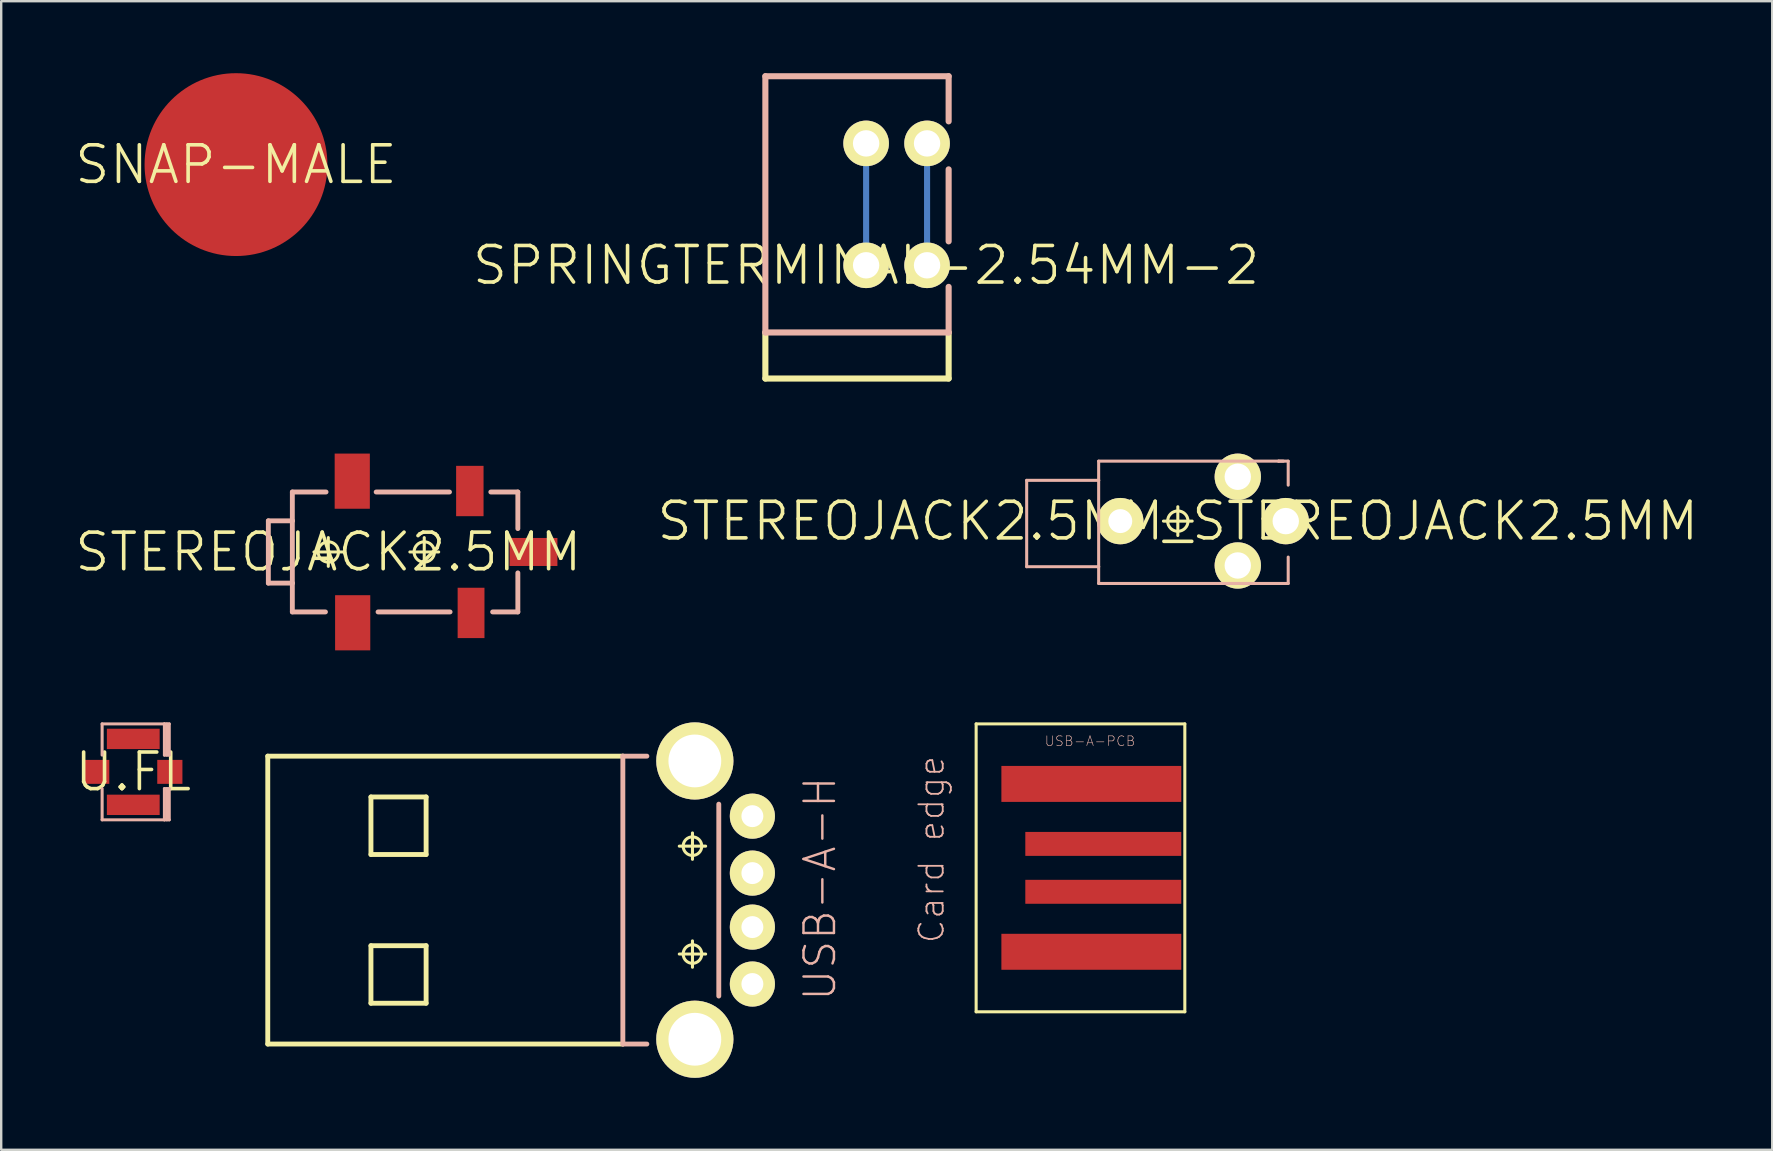
<source format=kicad_pcb>
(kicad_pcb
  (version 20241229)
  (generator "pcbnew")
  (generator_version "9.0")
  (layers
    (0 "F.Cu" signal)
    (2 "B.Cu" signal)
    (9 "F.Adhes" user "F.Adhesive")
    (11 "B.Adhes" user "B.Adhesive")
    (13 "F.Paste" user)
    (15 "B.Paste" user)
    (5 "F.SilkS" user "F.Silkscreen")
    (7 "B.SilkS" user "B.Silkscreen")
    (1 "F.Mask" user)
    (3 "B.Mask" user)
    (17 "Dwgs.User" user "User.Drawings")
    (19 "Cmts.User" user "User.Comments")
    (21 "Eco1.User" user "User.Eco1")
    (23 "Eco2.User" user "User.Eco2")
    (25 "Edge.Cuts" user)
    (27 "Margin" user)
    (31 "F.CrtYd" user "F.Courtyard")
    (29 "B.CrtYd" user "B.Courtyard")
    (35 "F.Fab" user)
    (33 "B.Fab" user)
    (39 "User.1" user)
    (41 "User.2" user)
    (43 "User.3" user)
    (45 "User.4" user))
  (footprint "USB-A-H"
    (layer "F.Cu")
    (at 25.907 34.461)
    (property "Reference" "USB-A-H" (at 5.215 -0.475 90) (layer "B.SilkS") (effects (font (size 1.27 1.27) (thickness 0.102))))
    (attr exclude_from_pos_files exclude_from_bom)
    (fp_line (start -17.798 -5.999) (end -17.798 5.999) (stroke (width 0.203) (type solid)) (layer "F.SilkS"))
    (fp_line (start -13.498 -4.298) (end -13.498 -1.9) (stroke (width 0.203) (type solid)) (layer "F.SilkS"))
    (fp_line (start -13.498 -1.9) (end -11.199 -1.9) (stroke (width 0.203) (type solid)) (layer "F.SilkS"))
    (fp_line (start -13.498 1.9) (end -13.498 4.298) (stroke (width 0.203) (type solid)) (layer "F.SilkS"))
    (fp_line (start -13.498 4.298) (end -11.199 4.298) (stroke (width 0.203) (type solid)) (layer "F.SilkS"))
    (fp_line (start -11.199 -4.298) (end -13.498 -4.298) (stroke (width 0.203) (type solid)) (layer "F.SilkS"))
    (fp_line (start -11.199 -1.9) (end -11.199 -4.298) (stroke (width 0.203) (type solid)) (layer "F.SilkS"))
    (fp_line (start -11.199 1.9) (end -13.498 1.9) (stroke (width 0.203) (type solid)) (layer "F.SilkS"))
    (fp_line (start -11.199 4.298) (end -11.199 1.9) (stroke (width 0.203) (type solid)) (layer "F.SilkS"))
    (fp_line (start -3 -5.999) (end -17.798 -5.999) (stroke (width 0.203) (type solid)) (layer "F.SilkS"))
    (fp_line (start -3 5.999) (end -17.798 5.999) (stroke (width 0.203) (type solid)) (layer "F.SilkS"))
    (fp_line (start -0.648 -2.248) (end 0.45 -2.248) (stroke (width 0.127) (type solid)) (layer "F.SilkS"))
    (fp_line (start -0.648 2.248) (end 0.45 2.248) (stroke (width 0.127) (type solid)) (layer "F.SilkS"))
    (fp_line (start -0.099 -1.699) (end -0.099 -2.799) (stroke (width 0.127) (type solid)) (layer "F.SilkS"))
    (fp_line (start -0.099 2.799) (end -0.099 1.699) (stroke (width 0.127) (type solid)) (layer "F.SilkS"))
    (fp_circle (center -0.099 -2.248) (end -0.373 -2.522) (stroke (width 0.127) (type solid)) (fill no) (layer "F.SilkS"))
    (fp_circle (center -0.099 2.248) (end -0.373 2.522) (stroke (width 0.127) (type solid)) (fill no) (layer "F.SilkS"))
    (fp_line (start -3 -5.999) (end -3 5.999) (stroke (width 0.203) (type solid)) (layer "B.SilkS"))
    (fp_line (start -3 -5.999) (end -1.999 -5.999) (stroke (width 0.203) (type solid)) (layer "B.SilkS"))
    (fp_line (start -3 5.999) (end -1.999 5.999) (stroke (width 0.203) (type solid)) (layer "B.SilkS"))
    (fp_line (start 0.998 3.998) (end 0.998 -3.998) (stroke (width 0.203) (type solid)) (layer "B.SilkS"))
    (pad "D+" thru_hole circle (at 2.398 -1.125) (size 1.88 1.88) (drill 0.914) (layers "*.Cu" "F.Mask" "F.SilkS" "F.Paste"))
    (pad "D-" thru_hole circle (at 2.398 1.125) (size 1.88 1.88) (drill 0.914) (layers "*.Cu" "F.Mask" "F.SilkS" "F.Paste"))
    (pad "GND" thru_hole circle (at 2.398 -3.498) (size 1.88 1.88) (drill 0.914) (layers "*.Cu" "F.Mask" "F.SilkS" "F.Paste"))
    (pad "GND2" thru_hole circle (at 0 5.799) (size 3.216 3.216) (drill 2.2) (layers "*.Cu" "F.Mask" "F.SilkS" "F.Paste"))
    (pad "GND3" thru_hole circle (at 0 -5.799) (size 3.216 3.216) (drill 2.2) (layers "*.Cu" "F.Mask" "F.SilkS" "F.Paste"))
    (pad "VBUS" thru_hole circle (at 2.398 3.498) (size 1.88 1.88) (drill 0.914) (layers "*.Cu" "F.Mask" "F.SilkS" "F.Paste")))
  (footprint "USB-A-PCB"
    (layer "F.Cu")
    (at 42.629 33.117)
    (property "Reference" "USB-A-PCB" (at -0.254 -5.283 0) (layer "B.SilkS") (effects (font (size 0.406 0.406) (thickness 0.025))))
    (attr smd)
    (fp_line (start -4.999 -5.999) (end 3.698 -5.999) (stroke (width 0.127) (type solid)) (layer "F.SilkS"))
    (fp_line (start -4.999 5.999) (end -4.999 -5.999) (stroke (width 0.127) (type solid)) (layer "F.SilkS"))
    (fp_line (start 3.698 -5.999) (end 3.698 5.999) (stroke (width 0.127) (type solid)) (layer "F.SilkS"))
    (fp_line (start 3.698 5.999) (end -4.999 5.999) (stroke (width 0.127) (type solid)) (layer "F.SilkS"))
    (fp_text user "Card edge" (at -6.858 -0.762 90) (layer "B.SilkS") (effects (font (size 1.016 1.016) (thickness 0.076))))
    (pad "5V" smd rect (at -0.198 3.498) (size 7.498 1.499) (layers "F.Cu" "F.Mask" "F.Paste"))
    (pad "GND" smd rect (at -0.198 -3.498) (size 7.498 1.499) (layers "F.Cu" "F.Mask" "F.Paste"))
    (pad "USB_" smd rect (at 0.3 -0.998) (size 6.5 0.998) (layers "F.Cu" "F.Mask" "F.Paste"))
    (pad "USB_" smd rect (at 0.3 0.998) (size 6.5 0.998) (layers "F.Cu" "F.Mask" "F.Paste")))
  (footprint "U.FL"
    (layer "F.Cu")
    (at 2.504 29.117)
    (property "Reference" "U.FL" (at 0 0 0) (layer "F.SilkS") (effects (font (size 1.524 1.524) (thickness 0.15))))
    (attr smd)
    (fp_line (start -1.298 -0.699) (end -1.298 -1.999) (stroke (width 0.127) (type solid)) (layer "B.SilkS"))
    (fp_line (start -1.298 1.999) (end -1.298 0.699) (stroke (width 0.127) (type solid)) (layer "B.SilkS"))
    (fp_line (start -1.298 1.999) (end 1.298 1.999) (stroke (width 0.127) (type solid)) (layer "B.SilkS"))
    (fp_line (start 1.298 -1.999) (end -1.298 -1.999) (stroke (width 0.127) (type solid)) (layer "B.SilkS"))
    (fp_line (start 1.298 -0.699) (end 1.298 -1.999) (stroke (width 0.127) (type solid)) (layer "B.SilkS"))
    (fp_line (start 1.298 1.999) (end 1.298 0.699) (stroke (width 0.127) (type solid)) (layer "B.SilkS"))
    (fp_line (start 1.4 -0.699) (end 1.4 -1.999) (stroke (width 0.127) (type solid)) (layer "B.SilkS"))
    (fp_line (start 1.4 1.999) (end 1.4 0.699) (stroke (width 0.127) (type solid)) (layer "B.SilkS"))
    (fp_line (start 1.499 -1.999) (end 1.298 -1.999) (stroke (width 0.127) (type solid)) (layer "B.SilkS"))
    (fp_line (start 1.499 -0.699) (end 1.298 -0.699) (stroke (width 0.127) (type solid)) (layer "B.SilkS"))
    (fp_line (start 1.499 -0.699) (end 1.499 -1.999) (stroke (width 0.127) (type solid)) (layer "B.SilkS"))
    (fp_line (start 1.499 0.699) (end 1.298 0.699) (stroke (width 0.127) (type solid)) (layer "B.SilkS"))
    (fp_line (start 1.499 1.999) (end 1.298 1.999) (stroke (width 0.127) (type solid)) (layer "B.SilkS"))
    (fp_line (start 1.499 1.999) (end 1.499 0.699) (stroke (width 0.127) (type solid)) (layer "B.SilkS"))
    (pad "P$1" smd rect (at 0 -1.374) (size 2.2 0.848) (layers "F.Cu" "F.Mask" "F.Paste"))
    (pad "P$2" smd rect (at 0 1.374) (size 2.2 0.848) (layers "F.Cu" "F.Mask" "F.Paste"))
    (pad "P$3" smd rect (at 1.524 0) (size 1.049 0.998) (layers "F.Cu" "F.Mask" "F.Paste"))
    (pad "P$4" smd rect (at -1.524 0) (size 1.049 0.998) (layers "F.Cu" "F.Mask" "F.Paste")))
  (footprint "STEREOJACK2.5MM"
    (layer "F.Cu")
    (at 10.632 19.953)
    (property "Reference" "STEREOJACK2.5MM" (at 0 0 0) (layer "F.SilkS") (effects (font (size 1.524 1.524) (thickness 0.15))))
    (attr smd)
    (fp_line (start -0.599 0) (end 0.599 0) (stroke (width 0.127) (type solid)) (layer "F.SilkS"))
    (fp_line (start 0 0.599) (end 0 -0.599) (stroke (width 0.127) (type solid)) (layer "F.SilkS"))
    (fp_line (start 3.399 0) (end 4.6 0) (stroke (width 0.127) (type solid)) (layer "F.SilkS"))
    (fp_line (start 3.998 0.599) (end 3.998 -0.599) (stroke (width 0.127) (type solid)) (layer "F.SilkS"))
    (fp_circle (center 0 0) (end -0.3 0.3) (stroke (width 0.127) (type solid)) (fill no) (layer "F.SilkS"))
    (fp_circle (center 3.998 0) (end 4.298 0.3) (stroke (width 0.127) (type solid)) (fill no) (layer "F.SilkS"))
    (fp_line (start -2.499 -1.298) (end -2.499 1.298) (stroke (width 0.203) (type solid)) (layer "B.SilkS"))
    (fp_line (start -2.499 -1.298) (end -1.499 -1.298) (stroke (width 0.203) (type solid)) (layer "B.SilkS"))
    (fp_line (start -2.499 1.298) (end -1.499 1.298) (stroke (width 0.203) (type solid)) (layer "B.SilkS"))
    (fp_line (start -1.499 -2.499) (end -0.094 -2.499) (stroke (width 0.203) (type solid)) (layer "B.SilkS"))
    (fp_line (start -1.499 -1.298) (end -1.499 -2.499) (stroke (width 0.203) (type solid)) (layer "B.SilkS"))
    (fp_line (start -1.499 -1.298) (end -1.499 1.298) (stroke (width 0.203) (type solid)) (layer "B.SilkS"))
    (fp_line (start -1.499 1.298) (end -1.499 2.499) (stroke (width 0.203) (type solid)) (layer "B.SilkS"))
    (fp_line (start -1.499 2.499) (end -0.119 2.499) (stroke (width 0.203) (type solid)) (layer "B.SilkS"))
    (fp_line (start 1.994 -2.499) (end 5.05 -2.499) (stroke (width 0.203) (type solid)) (layer "B.SilkS"))
    (fp_line (start 2.073 2.499) (end 5.075 2.499) (stroke (width 0.203) (type solid)) (layer "B.SilkS"))
    (fp_line (start 6.772 -2.499) (end 7.899 -2.499) (stroke (width 0.203) (type solid)) (layer "B.SilkS"))
    (fp_line (start 6.848 2.499) (end 7.899 2.499) (stroke (width 0.203) (type solid)) (layer "B.SilkS"))
    (fp_line (start 7.899 -2.499) (end 7.899 -0.973) (stroke (width 0.203) (type solid)) (layer "B.SilkS"))
    (fp_line (start 7.899 2.499) (end 7.899 0.871) (stroke (width 0.203) (type solid)) (layer "B.SilkS"))
    (pad "1" smd rect (at 5.898 -2.54 90) (size 2.098 1.143) (layers "F.Cu" "F.Mask" "F.Paste"))
    (pad "3" smd rect (at 8.55 0 180) (size 1.996 1.168) (layers "F.Cu" "F.Mask" "F.Paste"))
    (pad "4" smd rect (at 5.949 2.54 90) (size 2.098 1.118) (layers "F.Cu" "F.Mask" "F.Paste"))
    (pad "5" smd rect (at 0.998 -2.951) (size 1.466 2.299) (layers "F.Cu" "F.Mask" "F.Paste"))
    (pad "A" smd rect (at 1.016 2.951) (size 1.466 2.299) (layers "F.Cu" "F.Mask" "F.Paste")))
  (footprint "STEREOJACK2.5MM_STEREOJACK2.5MM"
    (layer "F.Cu")
    (at 46.035 18.667)
    (property "Reference" "STEREOJACK2.5MM_STEREOJACK2.5MM" (at 0 0 0) (layer "F.SilkS") (effects (font (size 1.524 1.524) (thickness 0.15))))
    (attr exclude_from_pos_files exclude_from_bom)
    (fp_line (start -0.599 0) (end 0.599 0) (stroke (width 0.127) (type solid)) (layer "F.SilkS"))
    (fp_line (start 0 0.599) (end 0 -0.599) (stroke (width 0.127) (type solid)) (layer "F.SilkS"))
    (fp_circle (center 0 0) (end -0.3 0.3) (stroke (width 0.127) (type solid)) (fill no) (layer "F.SilkS"))
    (fp_line (start -6.299 -1.699) (end -6.299 1.9) (stroke (width 0.127) (type solid)) (layer "B.SilkS"))
    (fp_line (start -6.299 1.9) (end -3.299 1.9) (stroke (width 0.127) (type solid)) (layer "B.SilkS"))
    (fp_line (start -3.299 -2.499) (end -3.299 -1.699) (stroke (width 0.127) (type solid)) (layer "B.SilkS"))
    (fp_line (start -3.299 -1.699) (end -6.299 -1.699) (stroke (width 0.127) (type solid)) (layer "B.SilkS"))
    (fp_line (start -3.299 -1.699) (end -3.299 1.9) (stroke (width 0.127) (type solid)) (layer "B.SilkS"))
    (fp_line (start -3.299 1.9) (end -3.299 2.598) (stroke (width 0.127) (type solid)) (layer "B.SilkS"))
    (fp_line (start -3.299 2.598) (end 4.6 2.598) (stroke (width 0.127) (type solid)) (layer "B.SilkS"))
    (fp_line (start 4.199 -2.499) (end -3.299 -2.499) (stroke (width 0.127) (type solid)) (layer "B.SilkS"))
    (fp_line (start 4.399 -2.499) (end 4.199 -2.499) (stroke (width 0.127) (type solid)) (layer "B.SilkS"))
    (fp_line (start 4.6 -2.499) (end 4.199 -2.499) (stroke (width 0.127) (type solid)) (layer "B.SilkS"))
    (fp_line (start 4.6 -1.499) (end 4.6 -2.499) (stroke (width 0.127) (type solid)) (layer "B.SilkS"))
    (fp_line (start 4.6 2.598) (end 4.6 1.499) (stroke (width 0.127) (type solid)) (layer "B.SilkS"))
    (pad "RING" thru_hole circle (at 2.499 -1.849) (size 1.93 1.93) (drill 1.1) (layers "*.Cu" "F.Mask" "F.SilkS" "F.Paste"))
    (pad "RING" thru_hole circle (at 2.499 1.849) (size 1.93 1.93) (drill 1.1) (layers "*.Cu" "F.Mask" "F.SilkS" "F.Paste"))
    (pad "SHIE" thru_hole circle (at -2.398 0) (size 1.93 1.93) (drill 0.998) (layers "*.Cu" "F.Mask" "F.SilkS" "F.Paste"))
    (pad "TIP" thru_hole circle (at 4.498 0) (size 1.93 1.93) (drill 1.1) (layers "*.Cu" "F.Mask" "F.SilkS" "F.Paste")))
  (footprint "SNAP-MALE"
    (layer "F.Cu")
    (at 6.785 3.81)
    (property "Reference" "SNAP-MALE" (at 0 0 0) (layer "F.SilkS") (effects (font (size 1.524 1.524) (thickness 0.15))))
    (attr smd)
    (pad "2" smd circle (at 0 0) (size 7.62 7.62) (layers "F.Cu" "F.Mask" "F.Paste")))
  (footprint "SPRINGTERMINAL-2.54MM-2"
    (layer "F.Cu")
    (at 33.045 8.006)
    (property "Reference" "SPRINGTERMINAL-2.54MM-2" (at 0 0 0) (layer "F.SilkS") (effects (font (size 1.524 1.524) (thickness 0.15))))
    (attr exclude_from_pos_files exclude_from_bom)
    (fp_line (start 0 0) (end 0 -5.08) (stroke (width 0.254) (type solid)) (layer "B.Cu"))
    (fp_line (start 2.54 0) (end 2.54 -5.08) (stroke (width 0.254) (type solid)) (layer "B.Cu"))
    (fp_line (start -4.199 2.799) (end -4.199 4.719) (stroke (width 0.254) (type solid)) (layer "F.SilkS"))
    (fp_line (start -4.199 4.719) (end 3.439 4.719) (stroke (width 0.254) (type solid)) (layer "F.SilkS"))
    (fp_line (start 3.439 4.719) (end 3.439 2.799) (stroke (width 0.254) (type solid)) (layer "F.SilkS"))
    (fp_line (start -4.199 -7.879) (end -4.199 2.799) (stroke (width 0.254) (type solid)) (layer "B.SilkS"))
    (fp_line (start -4.199 2.799) (end 3.439 2.799) (stroke (width 0.254) (type solid)) (layer "B.SilkS"))
    (fp_line (start 3.439 -7.879) (end -4.199 -7.879) (stroke (width 0.254) (type solid)) (layer "B.SilkS"))
    (fp_line (start 3.439 -7.879) (end 3.439 -5.999) (stroke (width 0.254) (type solid)) (layer "B.SilkS"))
    (fp_line (start 3.439 -3.998) (end 3.439 -0.998) (stroke (width 0.254) (type solid)) (layer "B.SilkS"))
    (fp_line (start 3.439 0.899) (end 3.439 2.799) (stroke (width 0.254) (type solid)) (layer "B.SilkS"))
    (fp_line (start 0 0) (end 0 -5.08) (stroke (width 0.254) (type solid)) (layer "B.Adhes"))
    (fp_line (start 2.54 0) (end 2.54 -5.08) (stroke (width 0.254) (type solid)) (layer "B.Adhes"))
    (pad "1" thru_hole circle (at 0 0) (size 1.9 1.9) (drill 1.1) (layers "*.Cu" "F.Mask" "F.SilkS" "F.Paste"))
    (pad "2" thru_hole circle (at 2.54 0) (size 1.9 1.9) (drill 1.1) (layers "*.Cu" "F.Mask" "F.SilkS" "F.Paste"))
    (pad "P$2" thru_hole circle (at 0 -5.08) (size 1.9 1.9) (drill 1.1) (layers "*.Cu" "F.Mask" "F.SilkS" "F.Paste"))
    (pad "P$3" thru_hole circle (at 2.54 -5.08) (size 1.9 1.9) (drill 1.1) (layers "*.Cu" "F.Mask" "F.SilkS" "F.Paste")))
  (gr_rect
    (start -3 -3)
    (end 70.806 44.867)
    (stroke (width 0.1) (type default))
    (fill no)
    (layer "Edge.Cuts")))
</source>
